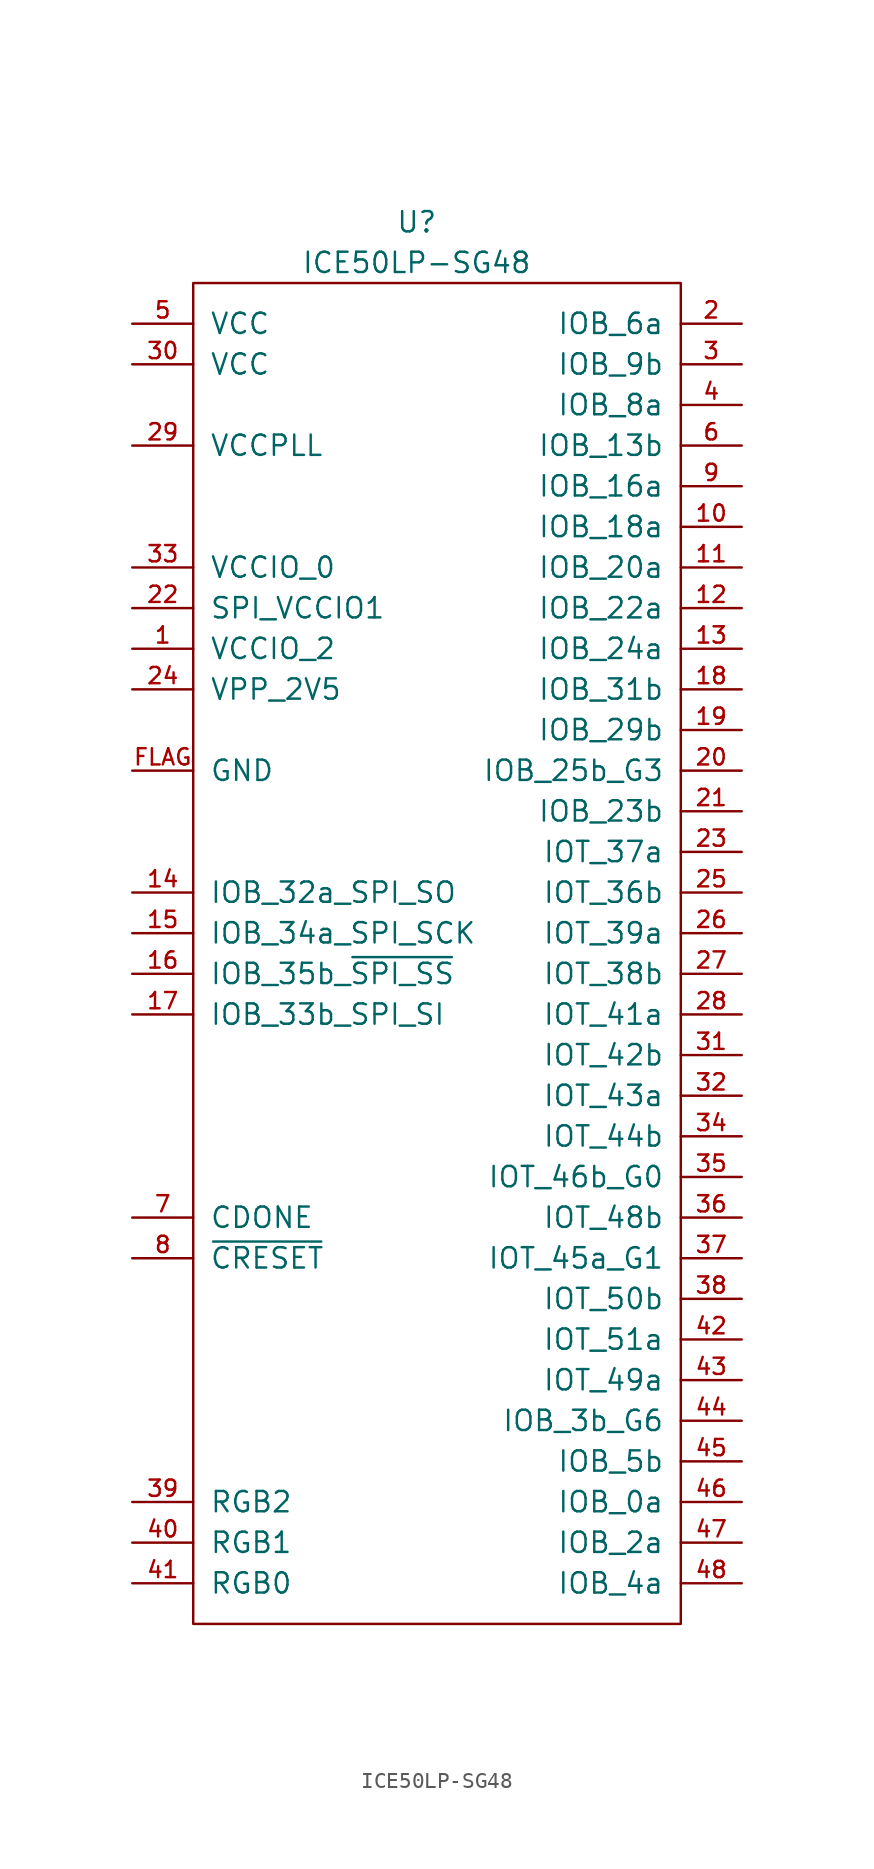
<source format=kicad_sym>
(kicad_symbol_lib
  (version 20211014)
  (generator kicad_symbol_editor)
  (symbol "ICE50LP-SG48"
    (pin_names
      (offset 1.016))
    (property "Reference" "U"
      (at -1.27 44.45 0)
      (effects (font (size 1.27 1.27))))
    (property "Value" "ICE50LP-SG48"
      (at -1.27 41.91 0)
      (effects (font (size 1.27 1.27))))
    (symbol "ICE50LP-SG48_0_1"
      (rectangle (start -15.24 40.64) (end 15.24 -43.18) (stroke (width 0) (type default) (color 0 0 0 0)) (fill (type none))))
    (symbol "ICE50LP-SG48_1_1"
      (pin power_in line (at -19.05 17.78 0) (length 3.81) (name "VCCIO_2" (effects (font (size 1.27 1.27)))) (number "1" (effects (font (size 1.016 1.016)))))
      (pin tri_state line (at 19.05 25.4 180) (length 3.81) (name "IOB_18a" (effects (font (size 1.27 1.27)))) (number "10" (effects (font (size 1.016 1.016)))))
      (pin tri_state line (at 19.05 22.86 180) (length 3.81) (name "IOB_20a" (effects (font (size 1.27 1.27)))) (number "11" (effects (font (size 1.016 1.016)))))
      (pin tri_state line (at 19.05 20.32 180) (length 3.81) (name "IOB_22a" (effects (font (size 1.27 1.27)))) (number "12" (effects (font (size 1.016 1.016)))))
      (pin tri_state line (at 19.05 17.78 180) (length 3.81) (name "IOB_24a" (effects (font (size 1.27 1.27)))) (number "13" (effects (font (size 1.016 1.016)))))
      (pin tri_state line (at -19.05 2.54 0) (length 3.81) (name "IOB_32a_SPI_SO" (effects (font (size 1.27 1.27)))) (number "14" (effects (font (size 1.016 1.016)))))
      (pin tri_state line (at -19.05 0 0) (length 3.81) (name "IOB_34a_SPI_SCK" (effects (font (size 1.27 1.27)))) (number "15" (effects (font (size 1.016 1.016)))))
      (pin tri_state line (at -19.05 -2.54 0) (length 3.81) (name "IOB_35b_~{SPI_SS}" (effects (font (size 1.27 1.27)))) (number "16" (effects (font (size 1.016 1.016)))))
      (pin tri_state line (at -19.05 -5.08 0) (length 3.81) (name "IOB_33b_SPI_SI" (effects (font (size 1.27 1.27)))) (number "17" (effects (font (size 1.016 1.016)))))
      (pin tri_state line (at 19.05 15.24 180) (length 3.81) (name "IOB_31b" (effects (font (size 1.27 1.27)))) (number "18" (effects (font (size 1.016 1.016)))))
      (pin tri_state line (at 19.05 12.7 180) (length 3.81) (name "IOB_29b" (effects (font (size 1.27 1.27)))) (number "19" (effects (font (size 1.016 1.016)))))
      (pin tri_state line (at 19.05 38.1 180) (length 3.81) (name "IOB_6a" (effects (font (size 1.27 1.27)))) (number "2" (effects (font (size 1.016 1.016)))))
      (pin tri_state line (at 19.05 10.16 180) (length 3.81) (name "IOB_25b_G3" (effects (font (size 1.27 1.27)))) (number "20" (effects (font (size 1.016 1.016)))))
      (pin tri_state line (at 19.05 7.62 180) (length 3.81) (name "IOB_23b" (effects (font (size 1.27 1.27)))) (number "21" (effects (font (size 1.016 1.016)))))
      (pin power_in line (at -19.05 20.32 0) (length 3.81) (name "SPI_VCCIO1" (effects (font (size 1.27 1.27)))) (number "22" (effects (font (size 1.016 1.016)))))
      (pin tri_state line (at 19.05 5.08 180) (length 3.81) (name "IOT_37a" (effects (font (size 1.27 1.27)))) (number "23" (effects (font (size 1.016 1.016)))))
      (pin power_in line (at -19.05 15.24 0) (length 3.81) (name "VPP_2V5" (effects (font (size 1.27 1.27)))) (number "24" (effects (font (size 1.016 1.016)))))
      (pin tri_state line (at 19.05 2.54 180) (length 3.81) (name "IOT_36b" (effects (font (size 1.27 1.27)))) (number "25" (effects (font (size 1.016 1.016)))))
      (pin tri_state line (at 19.05 0 180) (length 3.81) (name "IOT_39a" (effects (font (size 1.27 1.27)))) (number "26" (effects (font (size 1.016 1.016)))))
      (pin tri_state line (at 19.05 -2.54 180) (length 3.81) (name "IOT_38b" (effects (font (size 1.27 1.27)))) (number "27" (effects (font (size 1.016 1.016)))))
      (pin tri_state line (at 19.05 -5.08 180) (length 3.81) (name "IOT_41a" (effects (font (size 1.27 1.27)))) (number "28" (effects (font (size 1.016 1.016)))))
      (pin power_in line (at -19.05 30.48 0) (length 3.81) (name "VCCPLL" (effects (font (size 1.27 1.27)))) (number "29" (effects (font (size 1.016 1.016)))))
      (pin tri_state line (at 19.05 35.56 180) (length 3.81) (name "IOB_9b" (effects (font (size 1.27 1.27)))) (number "3" (effects (font (size 1.016 1.016)))))
      (pin power_in line (at -19.05 35.56 0) (length 3.81) (name "VCC" (effects (font (size 1.27 1.27)))) (number "30" (effects (font (size 1.016 1.016)))))
      (pin tri_state line (at 19.05 -7.62 180) (length 3.81) (name "IOT_42b" (effects (font (size 1.27 1.27)))) (number "31" (effects (font (size 1.016 1.016)))))
      (pin tri_state line (at 19.05 -10.16 180) (length 3.81) (name "IOT_43a" (effects (font (size 1.27 1.27)))) (number "32" (effects (font (size 1.016 1.016)))))
      (pin power_in line (at -19.05 22.86 0) (length 3.81) (name "VCCIO_0" (effects (font (size 1.27 1.27)))) (number "33" (effects (font (size 1.016 1.016)))))
      (pin tri_state line (at 19.05 -12.7 180) (length 3.81) (name "IOT_44b" (effects (font (size 1.27 1.27)))) (number "34" (effects (font (size 1.016 1.016)))))
      (pin tri_state line (at 19.05 -15.24 180) (length 3.81) (name "IOT_46b_G0" (effects (font (size 1.27 1.27)))) (number "35" (effects (font (size 1.016 1.016)))))
      (pin tri_state line (at 19.05 -17.78 180) (length 3.81) (name "IOT_48b" (effects (font (size 1.27 1.27)))) (number "36" (effects (font (size 1.016 1.016)))))
      (pin tri_state line (at 19.05 -20.32 180) (length 3.81) (name "IOT_45a_G1" (effects (font (size 1.27 1.27)))) (number "37" (effects (font (size 1.016 1.016)))))
      (pin tri_state line (at 19.05 -22.86 180) (length 3.81) (name "IOT_50b" (effects (font (size 1.27 1.27)))) (number "38" (effects (font (size 1.016 1.016)))))
      (pin open_collector line (at -19.05 -35.56 0) (length 3.81) (name "RGB2" (effects (font (size 1.27 1.27)))) (number "39" (effects (font (size 1.016 1.016)))))
      (pin tri_state line (at 19.05 33.02 180) (length 3.81) (name "IOB_8a" (effects (font (size 1.27 1.27)))) (number "4" (effects (font (size 1.016 1.016)))))
      (pin open_collector line (at -19.05 -38.1 0) (length 3.81) (name "RGB1" (effects (font (size 1.27 1.27)))) (number "40" (effects (font (size 1.016 1.016)))))
      (pin open_collector line (at -19.05 -40.64 0) (length 3.81) (name "RGB0" (effects (font (size 1.27 1.27)))) (number "41" (effects (font (size 1.016 1.016)))))
      (pin tri_state line (at 19.05 -25.4 180) (length 3.81) (name "IOT_51a" (effects (font (size 1.27 1.27)))) (number "42" (effects (font (size 1.016 1.016)))))
      (pin tri_state line (at 19.05 -27.94 180) (length 3.81) (name "IOT_49a" (effects (font (size 1.27 1.27)))) (number "43" (effects (font (size 1.016 1.016)))))
      (pin tri_state line (at 19.05 -30.48 180) (length 3.81) (name "IOB_3b_G6" (effects (font (size 1.27 1.27)))) (number "44" (effects (font (size 1.016 1.016)))))
      (pin tri_state line (at 19.05 -33.02 180) (length 3.81) (name "IOB_5b" (effects (font (size 1.27 1.27)))) (number "45" (effects (font (size 1.016 1.016)))))
      (pin tri_state line (at 19.05 -35.56 180) (length 3.81) (name "IOB_0a" (effects (font (size 1.27 1.27)))) (number "46" (effects (font (size 1.016 1.016)))))
      (pin tri_state line (at 19.05 -38.1 180) (length 3.81) (name "IOB_2a" (effects (font (size 1.27 1.27)))) (number "47" (effects (font (size 1.016 1.016)))))
      (pin tri_state line (at 19.05 -40.64 180) (length 3.81) (name "IOB_4a" (effects (font (size 1.27 1.27)))) (number "48" (effects (font (size 1.016 1.016)))))
      (pin power_in line (at -19.05 38.1 0) (length 3.81) (name "VCC" (effects (font (size 1.27 1.27)))) (number "5" (effects (font (size 1.016 1.016)))))
      (pin tri_state line (at 19.05 30.48 180) (length 3.81) (name "IOB_13b" (effects (font (size 1.27 1.27)))) (number "6" (effects (font (size 1.016 1.016)))))
      (pin open_collector line (at -19.05 -17.78 0) (length 3.81) (name "CDONE" (effects (font (size 1.27 1.27)))) (number "7" (effects (font (size 1.016 1.016)))))
      (pin input line (at -19.05 -20.32 0) (length 3.81) (name "~{CRESET}" (effects (font (size 1.27 1.27)))) (number "8" (effects (font (size 1.016 1.016)))))
      (pin tri_state line (at 19.05 27.94 180) (length 3.81) (name "IOB_16a" (effects (font (size 1.27 1.27)))) (number "9" (effects (font (size 1.016 1.016)))))
      (pin power_in line (at -19.05 10.16 0) (length 3.81) (name "GND" (effects (font (size 1.27 1.27)))) (number "FLAG" (effects (font (size 1.016 1.016))))))))
</source>
